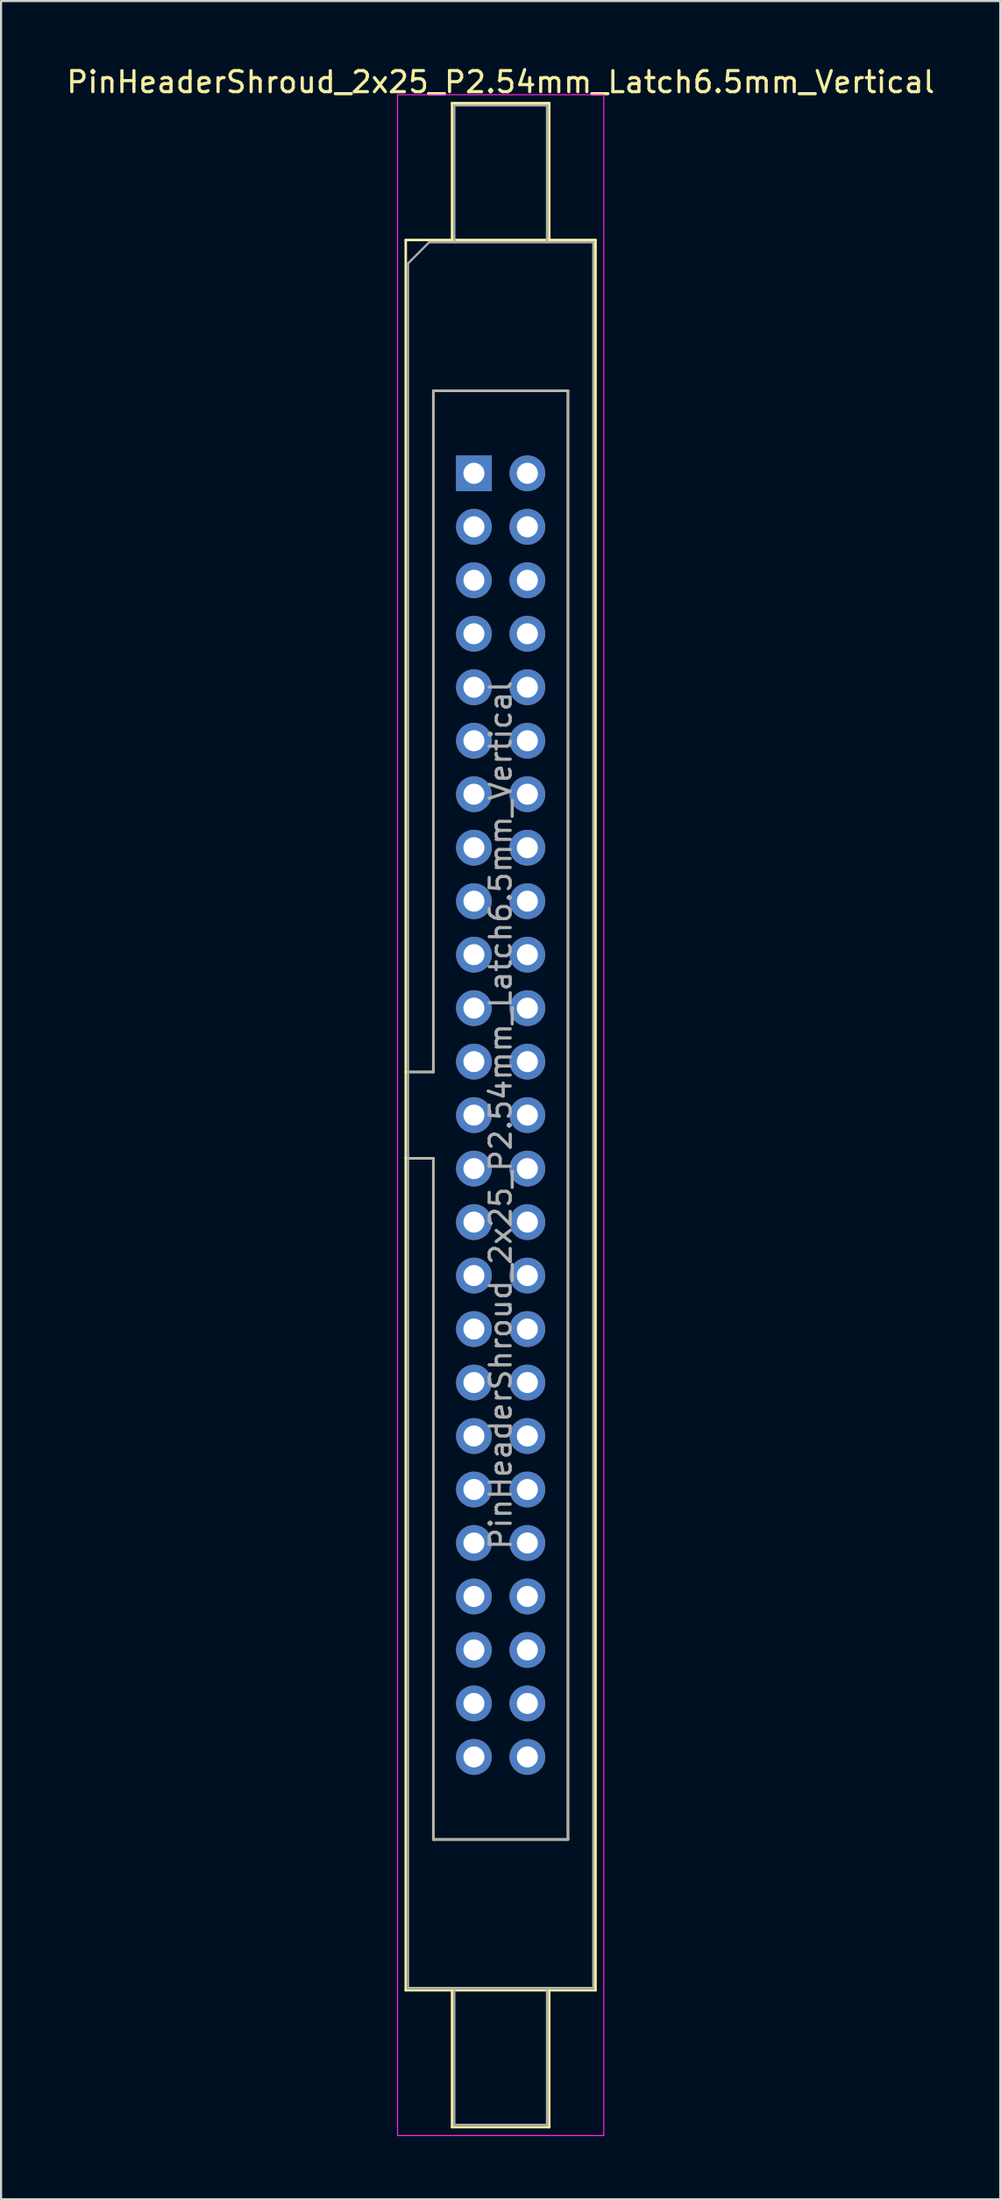
<source format=kicad_pcb>
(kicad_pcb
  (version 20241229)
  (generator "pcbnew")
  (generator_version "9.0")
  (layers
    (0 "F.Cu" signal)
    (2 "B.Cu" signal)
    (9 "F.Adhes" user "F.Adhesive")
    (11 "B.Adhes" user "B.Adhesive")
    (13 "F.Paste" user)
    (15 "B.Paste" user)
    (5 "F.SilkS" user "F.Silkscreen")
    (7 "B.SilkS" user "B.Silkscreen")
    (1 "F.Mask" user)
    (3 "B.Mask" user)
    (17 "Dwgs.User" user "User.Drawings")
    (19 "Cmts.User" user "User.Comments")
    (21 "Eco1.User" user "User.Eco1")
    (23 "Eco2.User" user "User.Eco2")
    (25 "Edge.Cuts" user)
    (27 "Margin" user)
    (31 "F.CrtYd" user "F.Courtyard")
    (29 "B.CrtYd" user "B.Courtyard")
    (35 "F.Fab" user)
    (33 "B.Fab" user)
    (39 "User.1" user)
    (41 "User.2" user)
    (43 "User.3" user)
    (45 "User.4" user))
  (footprint "PinHeaderShroud_2x25_P2.54mm_Latch6.5mm_Vertical"
    (layer "F.Cu")
    (at 19.474 19.428)
    (property "Reference" "PinHeaderShroud_2x25_P2.54mm_Latch6.5mm_Vertical" (at 1.27 -18.58 0) (layer "F.SilkS") (effects (font (size 1 1) (thickness 0.15))))
    (attr through_hole)
    (fp_line (start -3.24 -11.08) (end 5.78 -11.08) (stroke (width 0.12) (type solid)) (layer "F.SilkS"))
    (fp_line (start -3.24 28.43) (end -1.93 28.43) (stroke (width 0.12) (type solid)) (layer "F.SilkS"))
    (fp_line (start -3.24 32.53) (end -1.93 32.53) (stroke (width 0.12) (type solid)) (layer "F.SilkS"))
    (fp_line (start -3.24 72.04) (end -3.24 -11.08) (stroke (width 0.12) (type solid)) (layer "F.SilkS"))
    (fp_line (start -1.93 -3.92) (end 4.47 -3.92) (stroke (width 0.12) (type solid)) (layer "F.SilkS"))
    (fp_line (start -1.93 28.43) (end -1.93 -3.92) (stroke (width 0.12) (type solid)) (layer "F.SilkS"))
    (fp_line (start -1.93 64.88) (end -1.93 32.53) (stroke (width 0.12) (type solid)) (layer "F.SilkS"))
    (fp_line (start -1.04 -17.58) (end 3.58 -17.58) (stroke (width 0.12) (type solid)) (layer "F.SilkS"))
    (fp_line (start -1.04 -11.08) (end -1.04 -17.58) (stroke (width 0.12) (type solid)) (layer "F.SilkS"))
    (fp_line (start -1.04 72.04) (end -1.04 78.54) (stroke (width 0.12) (type solid)) (layer "F.SilkS"))
    (fp_line (start -1.04 78.54) (end 3.58 78.54) (stroke (width 0.12) (type solid)) (layer "F.SilkS"))
    (fp_line (start 3.58 -17.58) (end 3.58 -11.08) (stroke (width 0.12) (type solid)) (layer "F.SilkS"))
    (fp_line (start 3.58 78.54) (end 3.58 72.04) (stroke (width 0.12) (type solid)) (layer "F.SilkS"))
    (fp_line (start 4.47 -3.92) (end 4.47 64.88) (stroke (width 0.12) (type solid)) (layer "F.SilkS"))
    (fp_line (start 4.47 64.88) (end -1.93 64.88) (stroke (width 0.12) (type solid)) (layer "F.SilkS"))
    (fp_line (start 5.78 -11.08) (end 5.78 72.04) (stroke (width 0.12) (type solid)) (layer "F.SilkS"))
    (fp_line (start 5.78 72.04) (end -3.24 72.04) (stroke (width 0.12) (type solid)) (layer "F.SilkS"))
    (fp_line (start -3.63 -17.98) (end -3.63 78.94) (stroke (width 0.05) (type solid)) (layer "F.CrtYd"))
    (fp_line (start -3.63 78.94) (end 6.17 78.94) (stroke (width 0.05) (type solid)) (layer "F.CrtYd"))
    (fp_line (start 6.17 -17.98) (end -3.63 -17.98) (stroke (width 0.05) (type solid)) (layer "F.CrtYd"))
    (fp_line (start 6.17 78.94) (end 6.17 -17.98) (stroke (width 0.05) (type solid)) (layer "F.CrtYd"))
    (fp_line (start -3.13 -9.97) (end -2.13 -10.97) (stroke (width 0.1) (type solid)) (layer "F.Fab"))
    (fp_line (start -3.13 28.43) (end -1.93 28.43) (stroke (width 0.1) (type solid)) (layer "F.Fab"))
    (fp_line (start -3.13 32.53) (end -1.93 32.53) (stroke (width 0.1) (type solid)) (layer "F.Fab"))
    (fp_line (start -3.13 71.93) (end -3.13 -9.97) (stroke (width 0.1) (type solid)) (layer "F.Fab"))
    (fp_line (start -2.13 -10.97) (end 5.67 -10.97) (stroke (width 0.1) (type solid)) (layer "F.Fab"))
    (fp_line (start -1.93 -3.92) (end 4.47 -3.92) (stroke (width 0.1) (type solid)) (layer "F.Fab"))
    (fp_line (start -1.93 28.43) (end -1.93 -3.92) (stroke (width 0.1) (type solid)) (layer "F.Fab"))
    (fp_line (start -1.93 64.88) (end -1.93 32.53) (stroke (width 0.1) (type solid)) (layer "F.Fab"))
    (fp_line (start -0.93 -17.47) (end 3.47 -17.47) (stroke (width 0.1) (type solid)) (layer "F.Fab"))
    (fp_line (start -0.93 -10.97) (end -0.93 -17.47) (stroke (width 0.1) (type solid)) (layer "F.Fab"))
    (fp_line (start -0.93 71.93) (end -0.93 78.43) (stroke (width 0.1) (type solid)) (layer "F.Fab"))
    (fp_line (start -0.93 78.43) (end 3.47 78.43) (stroke (width 0.1) (type solid)) (layer "F.Fab"))
    (fp_line (start 3.47 -17.47) (end 3.47 -10.97) (stroke (width 0.1) (type solid)) (layer "F.Fab"))
    (fp_line (start 3.47 78.43) (end 3.47 71.93) (stroke (width 0.1) (type solid)) (layer "F.Fab"))
    (fp_line (start 4.47 -3.92) (end 4.47 64.88) (stroke (width 0.1) (type solid)) (layer "F.Fab"))
    (fp_line (start 4.47 64.88) (end -1.93 64.88) (stroke (width 0.1) (type solid)) (layer "F.Fab"))
    (fp_line (start 5.67 -10.97) (end 5.67 71.93) (stroke (width 0.1) (type solid)) (layer "F.Fab"))
    (fp_line (start 5.67 71.93) (end -3.13 71.93) (stroke (width 0.1) (type solid)) (layer "F.Fab"))
    (fp_text user "${REFERENCE}" (at 1.27 30.48 90) (layer "F.Fab") (effects (font (size 1 1) (thickness 0.15))))
    (pad "1" thru_hole rect (at 0 0) (size 1.7 1.7) (drill 1) (layers "*.Cu" "*.Mask"))
    (pad "2" thru_hole circle (at 2.54 0) (size 1.7 1.7) (drill 1) (layers "*.Cu" "*.Mask"))
    (pad "3" thru_hole circle (at 0 2.54) (size 1.7 1.7) (drill 1) (layers "*.Cu" "*.Mask"))
    (pad "4" thru_hole circle (at 2.54 2.54) (size 1.7 1.7) (drill 1) (layers "*.Cu" "*.Mask"))
    (pad "5" thru_hole circle (at 0 5.08) (size 1.7 1.7) (drill 1) (layers "*.Cu" "*.Mask"))
    (pad "6" thru_hole circle (at 2.54 5.08) (size 1.7 1.7) (drill 1) (layers "*.Cu" "*.Mask"))
    (pad "7" thru_hole circle (at 0 7.62) (size 1.7 1.7) (drill 1) (layers "*.Cu" "*.Mask"))
    (pad "8" thru_hole circle (at 2.54 7.62) (size 1.7 1.7) (drill 1) (layers "*.Cu" "*.Mask"))
    (pad "9" thru_hole circle (at 0 10.16) (size 1.7 1.7) (drill 1) (layers "*.Cu" "*.Mask"))
    (pad "10" thru_hole circle (at 2.54 10.16) (size 1.7 1.7) (drill 1) (layers "*.Cu" "*.Mask"))
    (pad "11" thru_hole circle (at 0 12.7) (size 1.7 1.7) (drill 1) (layers "*.Cu" "*.Mask"))
    (pad "12" thru_hole circle (at 2.54 12.7) (size 1.7 1.7) (drill 1) (layers "*.Cu" "*.Mask"))
    (pad "13" thru_hole circle (at 0 15.24) (size 1.7 1.7) (drill 1) (layers "*.Cu" "*.Mask"))
    (pad "14" thru_hole circle (at 2.54 15.24) (size 1.7 1.7) (drill 1) (layers "*.Cu" "*.Mask"))
    (pad "15" thru_hole circle (at 0 17.78) (size 1.7 1.7) (drill 1) (layers "*.Cu" "*.Mask"))
    (pad "16" thru_hole circle (at 2.54 17.78) (size 1.7 1.7) (drill 1) (layers "*.Cu" "*.Mask"))
    (pad "17" thru_hole circle (at 0 20.32) (size 1.7 1.7) (drill 1) (layers "*.Cu" "*.Mask"))
    (pad "18" thru_hole circle (at 2.54 20.32) (size 1.7 1.7) (drill 1) (layers "*.Cu" "*.Mask"))
    (pad "19" thru_hole circle (at 0 22.86) (size 1.7 1.7) (drill 1) (layers "*.Cu" "*.Mask"))
    (pad "20" thru_hole circle (at 2.54 22.86) (size 1.7 1.7) (drill 1) (layers "*.Cu" "*.Mask"))
    (pad "21" thru_hole circle (at 0 25.4) (size 1.7 1.7) (drill 1) (layers "*.Cu" "*.Mask"))
    (pad "22" thru_hole circle (at 2.54 25.4) (size 1.7 1.7) (drill 1) (layers "*.Cu" "*.Mask"))
    (pad "23" thru_hole circle (at 0 27.94) (size 1.7 1.7) (drill 1) (layers "*.Cu" "*.Mask"))
    (pad "24" thru_hole circle (at 2.54 27.94) (size 1.7 1.7) (drill 1) (layers "*.Cu" "*.Mask"))
    (pad "25" thru_hole circle (at 0 30.48) (size 1.7 1.7) (drill 1) (layers "*.Cu" "*.Mask"))
    (pad "26" thru_hole circle (at 2.54 30.48) (size 1.7 1.7) (drill 1) (layers "*.Cu" "*.Mask"))
    (pad "27" thru_hole circle (at 0 33.02) (size 1.7 1.7) (drill 1) (layers "*.Cu" "*.Mask"))
    (pad "28" thru_hole circle (at 2.54 33.02) (size 1.7 1.7) (drill 1) (layers "*.Cu" "*.Mask"))
    (pad "29" thru_hole circle (at 0 35.56) (size 1.7 1.7) (drill 1) (layers "*.Cu" "*.Mask"))
    (pad "30" thru_hole circle (at 2.54 35.56) (size 1.7 1.7) (drill 1) (layers "*.Cu" "*.Mask"))
    (pad "31" thru_hole circle (at 0 38.1) (size 1.7 1.7) (drill 1) (layers "*.Cu" "*.Mask"))
    (pad "32" thru_hole circle (at 2.54 38.1) (size 1.7 1.7) (drill 1) (layers "*.Cu" "*.Mask"))
    (pad "33" thru_hole circle (at 0 40.64) (size 1.7 1.7) (drill 1) (layers "*.Cu" "*.Mask"))
    (pad "34" thru_hole circle (at 2.54 40.64) (size 1.7 1.7) (drill 1) (layers "*.Cu" "*.Mask"))
    (pad "35" thru_hole circle (at 0 43.18) (size 1.7 1.7) (drill 1) (layers "*.Cu" "*.Mask"))
    (pad "36" thru_hole circle (at 2.54 43.18) (size 1.7 1.7) (drill 1) (layers "*.Cu" "*.Mask"))
    (pad "37" thru_hole circle (at 0 45.72) (size 1.7 1.7) (drill 1) (layers "*.Cu" "*.Mask"))
    (pad "38" thru_hole circle (at 2.54 45.72) (size 1.7 1.7) (drill 1) (layers "*.Cu" "*.Mask"))
    (pad "39" thru_hole circle (at 0 48.26) (size 1.7 1.7) (drill 1) (layers "*.Cu" "*.Mask"))
    (pad "40" thru_hole circle (at 2.54 48.26) (size 1.7 1.7) (drill 1) (layers "*.Cu" "*.Mask"))
    (pad "41" thru_hole circle (at 0 50.8) (size 1.7 1.7) (drill 1) (layers "*.Cu" "*.Mask"))
    (pad "42" thru_hole circle (at 2.54 50.8) (size 1.7 1.7) (drill 1) (layers "*.Cu" "*.Mask"))
    (pad "43" thru_hole circle (at 0 53.34) (size 1.7 1.7) (drill 1) (layers "*.Cu" "*.Mask"))
    (pad "44" thru_hole circle (at 2.54 53.34) (size 1.7 1.7) (drill 1) (layers "*.Cu" "*.Mask"))
    (pad "45" thru_hole circle (at 0 55.88) (size 1.7 1.7) (drill 1) (layers "*.Cu" "*.Mask"))
    (pad "46" thru_hole circle (at 2.54 55.88) (size 1.7 1.7) (drill 1) (layers "*.Cu" "*.Mask"))
    (pad "47" thru_hole circle (at 0 58.42) (size 1.7 1.7) (drill 1) (layers "*.Cu" "*.Mask"))
    (pad "48" thru_hole circle (at 2.54 58.42) (size 1.7 1.7) (drill 1) (layers "*.Cu" "*.Mask"))
    (pad "49" thru_hole circle (at 0 60.96) (size 1.7 1.7) (drill 1) (layers "*.Cu" "*.Mask"))
    (pad "50" thru_hole circle (at 2.54 60.96) (size 1.7 1.7) (drill 1) (layers "*.Cu" "*.Mask")))
  (gr_rect
    (start -3 -3)
    (end 44.488 101.393)
    (stroke (width 0.1) (type default))
    (fill no)
    (layer "Edge.Cuts")))
</source>
